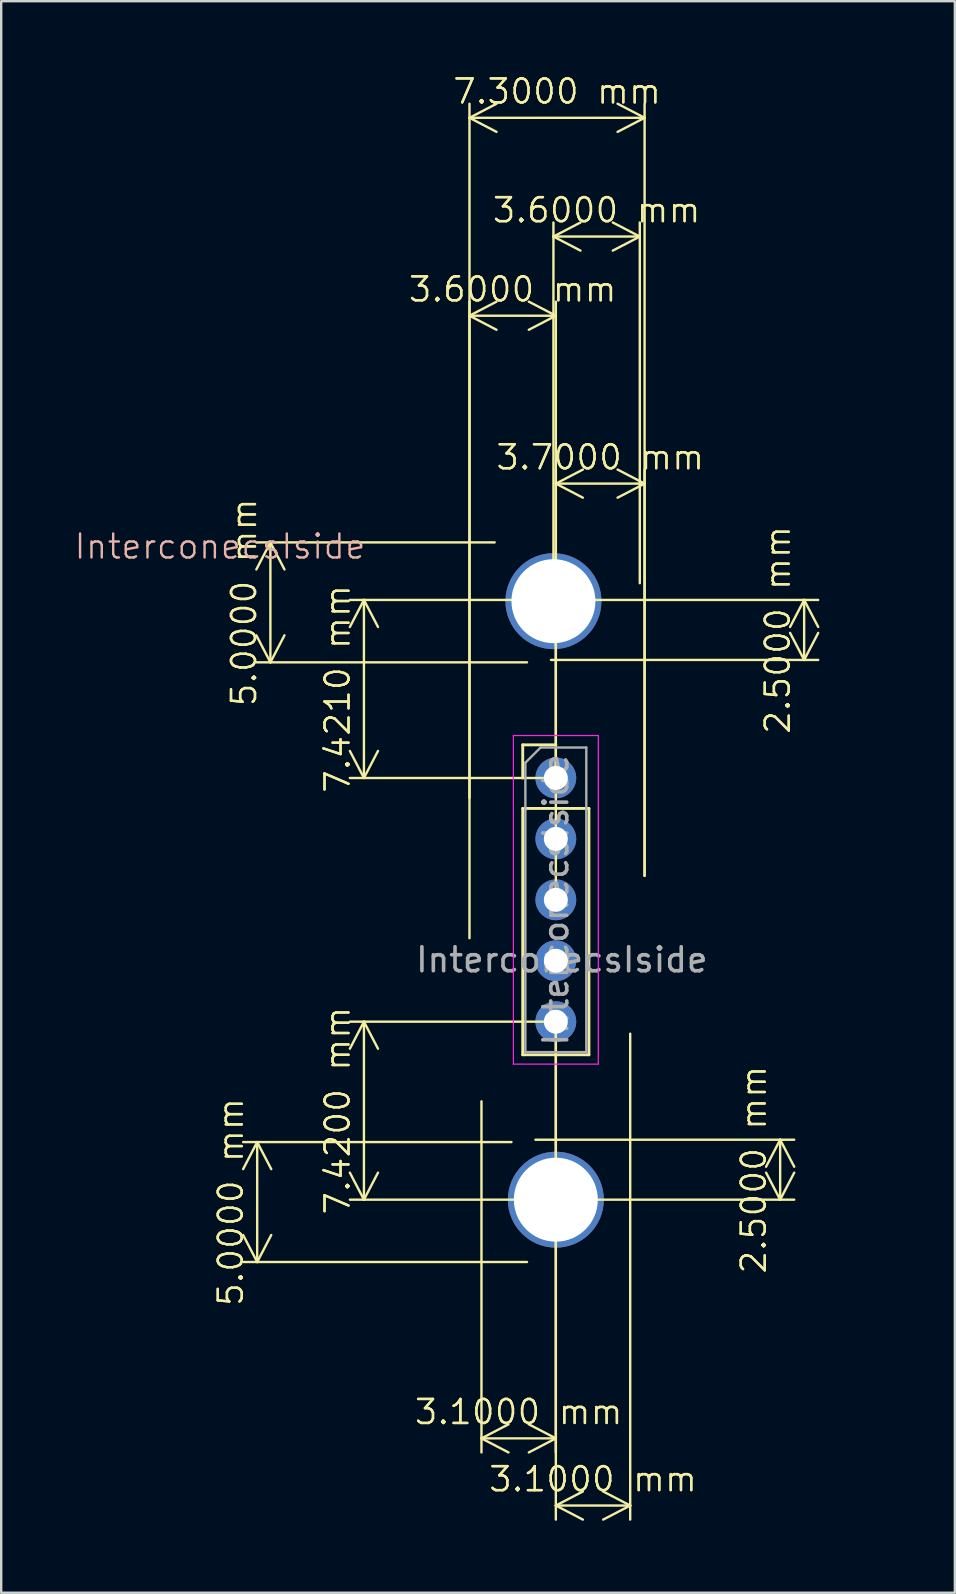
<source format=kicad_pcb>
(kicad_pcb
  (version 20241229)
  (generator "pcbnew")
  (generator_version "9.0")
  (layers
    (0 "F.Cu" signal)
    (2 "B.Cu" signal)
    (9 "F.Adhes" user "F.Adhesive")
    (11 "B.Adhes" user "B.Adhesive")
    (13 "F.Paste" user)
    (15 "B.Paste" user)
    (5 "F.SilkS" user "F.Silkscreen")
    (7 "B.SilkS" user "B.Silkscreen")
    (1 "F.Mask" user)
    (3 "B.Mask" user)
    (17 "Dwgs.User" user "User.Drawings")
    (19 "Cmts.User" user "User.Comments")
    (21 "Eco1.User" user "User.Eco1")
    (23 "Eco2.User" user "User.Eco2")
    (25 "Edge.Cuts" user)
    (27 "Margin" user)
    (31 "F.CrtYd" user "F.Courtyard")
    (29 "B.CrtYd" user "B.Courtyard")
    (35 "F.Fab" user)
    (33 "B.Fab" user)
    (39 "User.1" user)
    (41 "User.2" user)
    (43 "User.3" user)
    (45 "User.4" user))
  (footprint "InterconecsIside"
    (layer "F.Cu")
    (at 20.371 34.461)
    (property "Reference" "InterconecsIside" (at -14.25 -14.73 0) (unlocked yes) (layer "B.SilkS") (effects (font (size 1 1) (thickness 0.1))))
    (attr smd)
    (fp_line (start -1.63 -6.46) (end -0.25 -6.46) (stroke (width 0.12) (type solid)) (layer "F.SilkS"))
    (fp_line (start -1.63 -5.08) (end -1.63 -6.46) (stroke (width 0.12) (type solid)) (layer "F.SilkS"))
    (fp_line (start -1.63 -3.81) (end -1.63 6.46) (stroke (width 0.12) (type solid)) (layer "F.SilkS"))
    (fp_line (start -1.63 -3.81) (end 1.13 -3.81) (stroke (width 0.12) (type solid)) (layer "F.SilkS"))
    (fp_line (start -1.63 6.46) (end 1.13 6.46) (stroke (width 0.12) (type solid)) (layer "F.SilkS"))
    (fp_line (start 1.13 -3.81) (end 1.13 6.46) (stroke (width 0.12) (type solid)) (layer "F.SilkS"))
    (fp_line (start -2.02 -6.85) (end -2.02 6.85) (stroke (width 0.05) (type solid)) (layer "F.CrtYd"))
    (fp_line (start -2.02 6.85) (end 1.52 6.85) (stroke (width 0.05) (type solid)) (layer "F.CrtYd"))
    (fp_line (start 1.52 -6.85) (end -2.02 -6.85) (stroke (width 0.05) (type solid)) (layer "F.CrtYd"))
    (fp_line (start 1.52 6.85) (end 1.52 -6.85) (stroke (width 0.05) (type solid)) (layer "F.CrtYd"))
    (fp_line (start -1.52 -5.715) (end -0.885 -6.35) (stroke (width 0.1) (type solid)) (layer "F.Fab"))
    (fp_line (start -1.52 6.35) (end -1.52 -5.715) (stroke (width 0.1) (type solid)) (layer "F.Fab"))
    (fp_line (start -0.885 -6.35) (end 1.02 -6.35) (stroke (width 0.1) (type solid)) (layer "F.Fab"))
    (fp_line (start 1.02 -6.35) (end 1.02 6.35) (stroke (width 0.1) (type solid)) (layer "F.Fab"))
    (fp_line (start 1.02 6.35) (end -1.52 6.35) (stroke (width 0.1) (type solid)) (layer "F.Fab"))
    (fp_text user "${REFERENCE}" (at -0.25 0 90) (layer "F.Fab") (effects (font (size 1 1) (thickness 0.15))))
    (fp_text user "${REFERENCE}" (at 0 2.5 0) (unlocked yes) (layer "F.Fab") (effects (font (size 1 1) (thickness 0.15))))
    (dimension (type orthogonal) (layer "F.SilkS") (pts (xy 23.821 33.961) (xy 16.521 36.56)) (height -32.1) (orientation 0) (format (prefix "") (suffix "") (units 3) (units_format 1) (precision 4)) (style (thickness 0.1) (arrow_length 1.27) (text_position_mode 0) (arrow_direction outward) (extension_height 0.586) (extension_offset 0.5) (keep_text_aligned yes)) (gr_text "7.3000 mm" (at 20.171 0.76 0) (layer "F.SilkS") (effects (font (size 1 1) (thickness 0.1)))))
    (dimension (type orthogonal) (layer "F.SilkS") (pts (xy 20.121 39.541) (xy 17.021 42.361)) (height 17.37) (orientation 0) (format (prefix "") (suffix "") (units 3) (units_format 1) (precision 4)) (style (thickness 0.1) (arrow_length 1.27) (text_position_mode 0) (arrow_direction outward) (extension_height 0.586) (extension_offset 0.5) (keep_text_aligned yes)) (gr_text "3.1000 mm" (at 18.571 55.81 0) (layer "F.SilkS") (effects (font (size 1 1) (thickness 0.1)))))
    (dimension (type orthogonal) (layer "F.SilkS") (pts (xy 20.121 39.541) (xy 23.221 39.541)) (height 20.17) (orientation 0) (format (prefix "") (suffix "") (units 3) (units_format 1) (precision 4)) (style (thickness 0.1) (arrow_length 1.27) (text_position_mode 0) (arrow_direction outward) (extension_height 0.586) (extension_offset 0.5) (keep_text_aligned yes)) (gr_text "3.1000 mm" (at 21.671 58.611 0) (layer "F.SilkS") (effects (font (size 1 1) (thickness 0.1)))))
    (dimension (type orthogonal) (layer "F.SilkS") (pts (xy 20.121 34.461) (xy 23.821 33.961)) (height -17.35) (orientation 0) (format (prefix "") (suffix "") (units 3) (units_format 1) (precision 4)) (style (thickness 0.1) (arrow_length 1.27) (text_position_mode 0) (arrow_direction outward) (extension_height 0.586) (extension_offset 0.5) (keep_text_aligned yes)) (gr_text "3.7000 mm" (at 21.971 16.011 0) (layer "F.SilkS") (effects (font (size 1 1) (thickness 0.1)))))
    (dimension (type orthogonal) (layer "F.SilkS") (pts (xy 20.021 22.011) (xy 23.621 21.761)) (height -15.2) (orientation 0) (format (prefix "") (suffix "") (units 3) (units_format 1) (precision 4)) (style (thickness 0.1) (arrow_length 1.27) (text_position_mode 0) (arrow_direction outward) (extension_height 0.586) (extension_offset 0.5) (keep_text_aligned yes)) (gr_text "3.6000 mm" (at 21.821 5.71 0) (layer "F.SilkS") (effects (font (size 1 1) (thickness 0.1)))))
    (dimension (type orthogonal) (layer "F.SilkS") (pts (xy 20.121 29.381) (xy 19.419 21.96)) (height -8) (orientation 1) (format (prefix "") (suffix "") (units 3) (units_format 1) (precision 4)) (style (thickness 0.1) (arrow_length 1.27) (text_position_mode 0) (arrow_direction outward) (extension_height 0.586) (extension_offset 0.5) (keep_text_aligned yes)) (gr_text "7.4200 mm" (at 11.021 25.671 90) (layer "F.SilkS") (effects (font (size 1 1) (thickness 0.1)))))
    (dimension (type orthogonal) (layer "F.SilkS") (pts (xy 20.121 39.541) (xy 19.419 46.961)) (height -8) (orientation 1) (format (prefix "") (suffix "") (units 3) (units_format 1) (precision 4)) (style (thickness 0.1) (arrow_length 1.27) (text_position_mode 0) (arrow_direction outward) (extension_height 0.586) (extension_offset 0.5) (keep_text_aligned yes)) (gr_text "7.4200 mm" (at 11.021 43.251 90) (layer "F.SilkS") (effects (font (size 1 1) (thickness 0.1)))))
    (dimension (type orthogonal) (layer "F.SilkS") (pts (xy 19.419 21.96) (xy 19.419 24.46)) (height 11.053) (orientation 1) (format (prefix "") (suffix "") (units 3) (units_format 1) (precision 4)) (style (thickness 0.1) (arrow_length 1.27) (text_position_mode 0) (arrow_direction outward) (extension_height 0.586) (extension_offset 0.5) (keep_text_aligned yes)) (gr_text "2.5000 mm" (at 29.371 23.21 90) (layer "F.SilkS") (effects (font (size 1 1) (thickness 0.1)))))
    (dimension (type orthogonal) (layer "F.SilkS") (pts (xy 19.419 46.961) (xy 18.771 44.461)) (height 10.053) (orientation 1) (format (prefix "") (suffix "") (units 3) (units_format 1) (precision 4)) (style (thickness 0.1) (arrow_length 1.27) (text_position_mode 0) (arrow_direction outward) (extension_height 0.586) (extension_offset 0.5) (keep_text_aligned yes)) (gr_text "2.5000 mm" (at 28.371 45.711 90) (layer "F.SilkS") (effects (font (size 1 1) (thickness 0.1)))))
    (dimension (type orthogonal) (layer "F.SilkS") (pts (xy 18.771 44.56) (xy 19.419 49.56)) (height -11.1) (orientation 1) (format (prefix "") (suffix "") (units 3) (units_format 1) (precision 4)) (style (thickness 0.1) (arrow_length 1.27) (text_position_mode 0) (arrow_direction outward) (extension_height 0.586) (extension_offset 0.5) (keep_text_aligned yes)) (gr_text "5.0000 mm" (at 6.571 47.06 90) (layer "F.SilkS") (effects (font (size 1 1) (thickness 0.1)))))
    (dimension (type orthogonal) (layer "F.SilkS") (pts (xy 20.121 29.381) (xy 16.521 30.71)) (height -19.27) (orientation 0) (format (prefix "") (suffix "") (units 3) (units_format 1) (precision 4)) (style (thickness 0.1) (arrow_length 1.27) (text_position_mode 0) (arrow_direction outward) (extension_height 0.586) (extension_offset 0.5) (keep_text_aligned yes)) (gr_text "3.6000 mm" (at 18.321 9.011 0) (layer "F.SilkS") (effects (font (size 1 1) (thickness 0.1)))))
    (dimension (type orthogonal) (layer "F.SilkS") (pts (xy 19.419 24.561) (xy 18.071 19.561)) (height -11.197) (orientation 1) (format (prefix "") (suffix "") (units 3) (units_format 1) (precision 4)) (style (thickness 0.1) (arrow_length 1.27) (text_position_mode 0) (arrow_direction outward) (extension_height 0.586) (extension_offset 0.5) (keep_text_aligned yes)) (gr_text "5.0000 mm" (at 7.121 22.061 90) (layer "F.SilkS") (effects (font (size 1 1) (thickness 0.1)))))
    (pad "1" thru_hole circle (at -0.35 -12.45) (size 4 4) (drill 3.5) (layers "*.Cu" "*.Mask"))
    (pad "2" thru_hole circle (at -0.25 -5.08) (size 1.7 1.7) (drill 1) (layers "*.Cu" "*.Mask"))
    (pad "3" thru_hole circle (at -0.25 -2.54) (size 1.7 1.7) (drill 1) (layers "*.Cu" "*.Mask"))
    (pad "4" thru_hole circle (at -0.25 0) (size 1.7 1.7) (drill 1) (layers "*.Cu" "*.Mask"))
    (pad "5" thru_hole circle (at -0.25 2.54) (size 1.7 1.7) (drill 1) (layers "*.Cu" "*.Mask"))
    (pad "6" thru_hole circle (at -0.25 5.08) (size 1.7 1.7) (drill 1) (layers "*.Cu" "*.Mask"))
    (pad "7" thru_hole circle (at -0.25 12.5) (size 4 4) (drill 3.5) (layers "*.Cu" "*.Mask")))
  (gr_rect
    (start -3 -3)
    (end 36.755 63.347)
    (stroke (width 0.1) (type default))
    (fill no)
    (layer "Edge.Cuts")))
</source>
